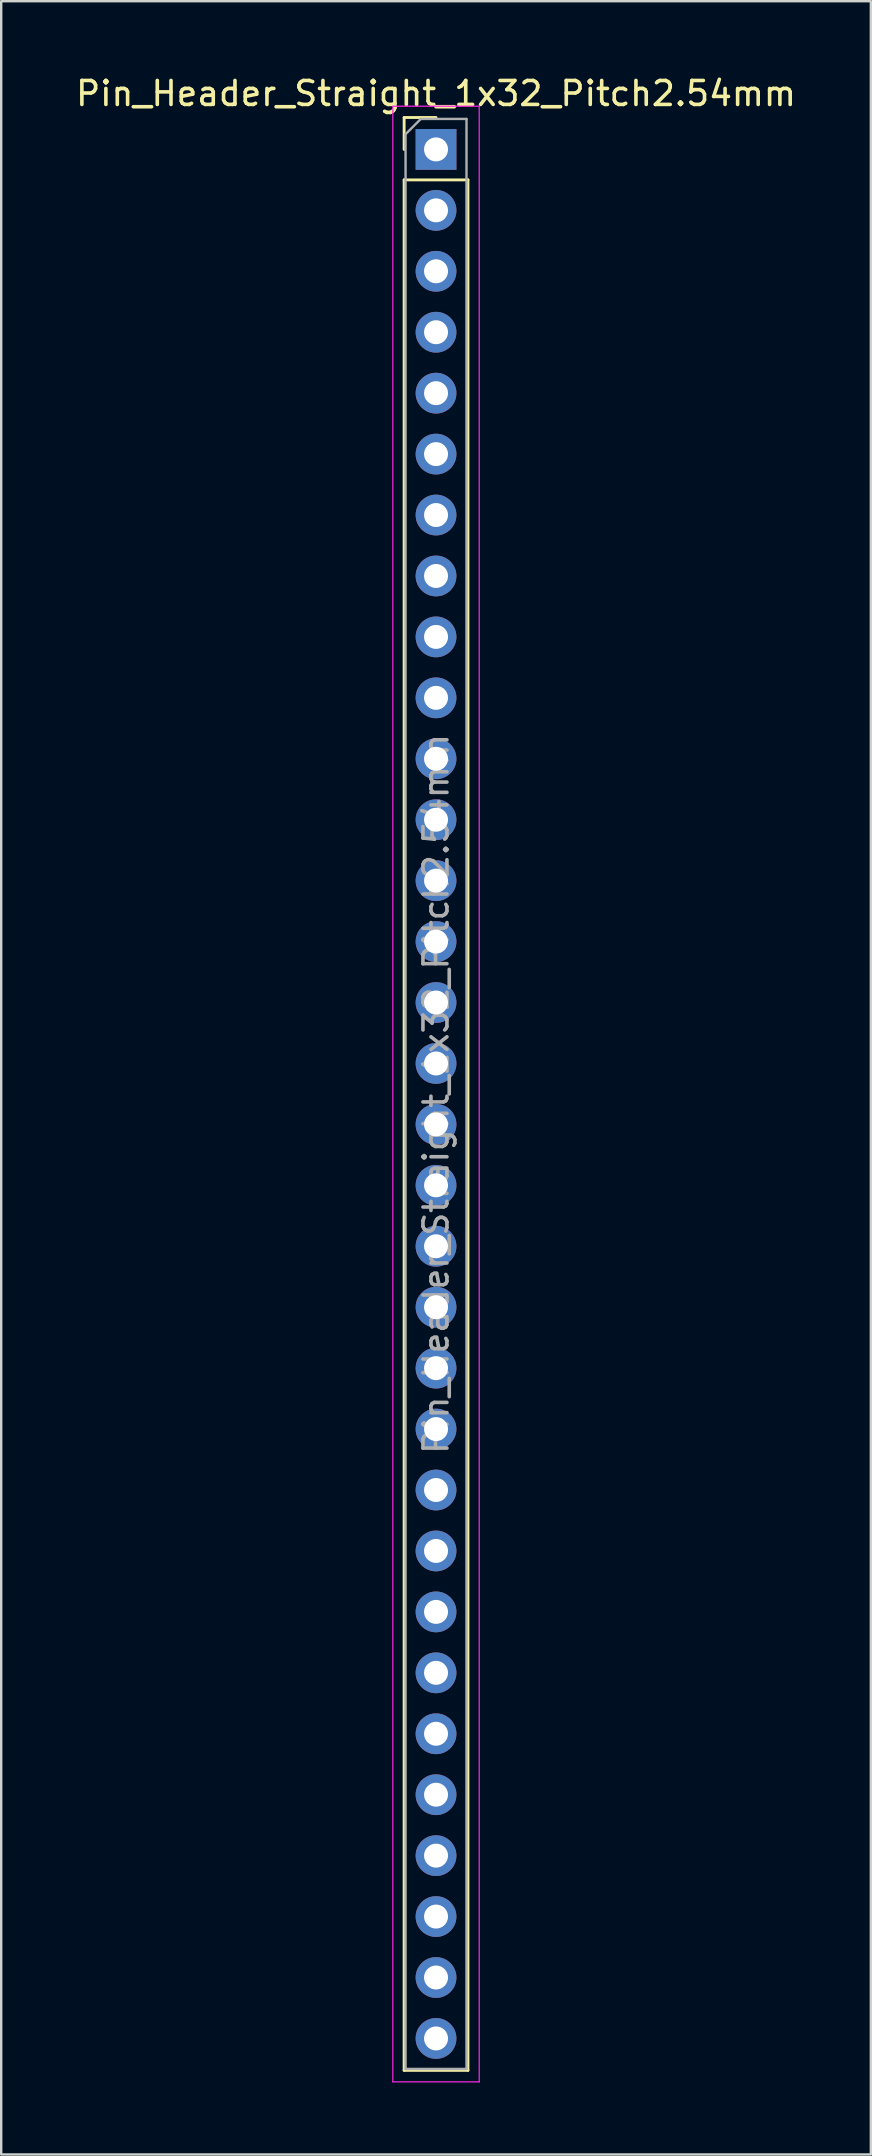
<source format=kicad_pcb>
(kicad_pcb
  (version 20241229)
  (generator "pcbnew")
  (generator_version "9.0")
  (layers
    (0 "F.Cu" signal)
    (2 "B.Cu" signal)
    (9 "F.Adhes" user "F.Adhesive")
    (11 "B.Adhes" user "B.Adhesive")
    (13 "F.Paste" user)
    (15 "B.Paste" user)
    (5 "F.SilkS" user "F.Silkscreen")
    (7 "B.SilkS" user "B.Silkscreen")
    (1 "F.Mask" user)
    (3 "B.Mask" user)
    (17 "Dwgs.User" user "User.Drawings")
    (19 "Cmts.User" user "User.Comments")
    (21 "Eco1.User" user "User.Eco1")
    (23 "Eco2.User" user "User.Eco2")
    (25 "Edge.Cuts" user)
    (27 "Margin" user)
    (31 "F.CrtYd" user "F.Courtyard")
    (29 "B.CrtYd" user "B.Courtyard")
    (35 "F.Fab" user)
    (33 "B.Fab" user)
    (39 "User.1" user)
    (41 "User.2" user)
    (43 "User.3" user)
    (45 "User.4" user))
  (footprint "Pin_Header_Straight_1x32_Pitch2.54mm"
    (layer "F.Cu")
    (at 15.125 3.178)
    (property "Reference" "Pin_Header_Straight_1x32_Pitch2.54mm" (at 0 -2.33 0) (layer "F.SilkS") (effects (font (size 1 1) (thickness 0.15))))
    (attr through_hole)
    (fp_line (start -1.33 -1.33) (end 0 -1.33) (stroke (width 0.12) (type solid)) (layer "F.SilkS"))
    (fp_line (start -1.33 0) (end -1.33 -1.33) (stroke (width 0.12) (type solid)) (layer "F.SilkS"))
    (fp_line (start -1.33 1.27) (end -1.33 80.07) (stroke (width 0.12) (type solid)) (layer "F.SilkS"))
    (fp_line (start -1.33 80.07) (end 1.33 80.07) (stroke (width 0.12) (type solid)) (layer "F.SilkS"))
    (fp_line (start 1.33 1.27) (end -1.33 1.27) (stroke (width 0.12) (type solid)) (layer "F.SilkS"))
    (fp_line (start 1.33 80.07) (end 1.33 1.27) (stroke (width 0.12) (type solid)) (layer "F.SilkS"))
    (fp_line (start -1.8 -1.8) (end -1.8 80.55) (stroke (width 0.05) (type solid)) (layer "F.CrtYd"))
    (fp_line (start -1.8 80.55) (end 1.8 80.55) (stroke (width 0.05) (type solid)) (layer "F.CrtYd"))
    (fp_line (start 1.8 -1.8) (end -1.8 -1.8) (stroke (width 0.05) (type solid)) (layer "F.CrtYd"))
    (fp_line (start 1.8 80.55) (end 1.8 -1.8) (stroke (width 0.05) (type solid)) (layer "F.CrtYd"))
    (fp_line (start -1.27 -0.635) (end -0.635 -1.27) (stroke (width 0.1) (type solid)) (layer "F.Fab"))
    (fp_line (start -1.27 80.01) (end -1.27 -0.635) (stroke (width 0.1) (type solid)) (layer "F.Fab"))
    (fp_line (start -0.635 -1.27) (end 1.27 -1.27) (stroke (width 0.1) (type solid)) (layer "F.Fab"))
    (fp_line (start 1.27 -1.27) (end 1.27 80.01) (stroke (width 0.1) (type solid)) (layer "F.Fab"))
    (fp_line (start 1.27 80.01) (end -1.27 80.01) (stroke (width 0.1) (type solid)) (layer "F.Fab"))
    (fp_text user "${REFERENCE}" (at 0 39.37 90) (layer "F.Fab") (effects (font (size 1 1) (thickness 0.15))))
    (pad "1" thru_hole rect (at 0 0) (size 1.7 1.7) (drill 1) (layers "*.Cu" "*.Mask"))
    (pad "2" thru_hole oval (at 0 2.54) (size 1.7 1.7) (drill 1) (layers "*.Cu" "*.Mask"))
    (pad "3" thru_hole oval (at 0 5.08) (size 1.7 1.7) (drill 1) (layers "*.Cu" "*.Mask"))
    (pad "4" thru_hole oval (at 0 7.62) (size 1.7 1.7) (drill 1) (layers "*.Cu" "*.Mask"))
    (pad "5" thru_hole oval (at 0 10.16) (size 1.7 1.7) (drill 1) (layers "*.Cu" "*.Mask"))
    (pad "6" thru_hole oval (at 0 12.7) (size 1.7 1.7) (drill 1) (layers "*.Cu" "*.Mask"))
    (pad "7" thru_hole oval (at 0 15.24) (size 1.7 1.7) (drill 1) (layers "*.Cu" "*.Mask"))
    (pad "8" thru_hole oval (at 0 17.78) (size 1.7 1.7) (drill 1) (layers "*.Cu" "*.Mask"))
    (pad "9" thru_hole oval (at 0 20.32) (size 1.7 1.7) (drill 1) (layers "*.Cu" "*.Mask"))
    (pad "10" thru_hole oval (at 0 22.86) (size 1.7 1.7) (drill 1) (layers "*.Cu" "*.Mask"))
    (pad "11" thru_hole oval (at 0 25.4) (size 1.7 1.7) (drill 1) (layers "*.Cu" "*.Mask"))
    (pad "12" thru_hole oval (at 0 27.94) (size 1.7 1.7) (drill 1) (layers "*.Cu" "*.Mask"))
    (pad "13" thru_hole oval (at 0 30.48) (size 1.7 1.7) (drill 1) (layers "*.Cu" "*.Mask"))
    (pad "14" thru_hole oval (at 0 33.02) (size 1.7 1.7) (drill 1) (layers "*.Cu" "*.Mask"))
    (pad "15" thru_hole oval (at 0 35.56) (size 1.7 1.7) (drill 1) (layers "*.Cu" "*.Mask"))
    (pad "16" thru_hole oval (at 0 38.1) (size 1.7 1.7) (drill 1) (layers "*.Cu" "*.Mask"))
    (pad "17" thru_hole oval (at 0 40.64) (size 1.7 1.7) (drill 1) (layers "*.Cu" "*.Mask"))
    (pad "18" thru_hole oval (at 0 43.18) (size 1.7 1.7) (drill 1) (layers "*.Cu" "*.Mask"))
    (pad "19" thru_hole oval (at 0 45.72) (size 1.7 1.7) (drill 1) (layers "*.Cu" "*.Mask"))
    (pad "20" thru_hole oval (at 0 48.26) (size 1.7 1.7) (drill 1) (layers "*.Cu" "*.Mask"))
    (pad "21" thru_hole oval (at 0 50.8) (size 1.7 1.7) (drill 1) (layers "*.Cu" "*.Mask"))
    (pad "22" thru_hole oval (at 0 53.34) (size 1.7 1.7) (drill 1) (layers "*.Cu" "*.Mask"))
    (pad "23" thru_hole oval (at 0 55.88) (size 1.7 1.7) (drill 1) (layers "*.Cu" "*.Mask"))
    (pad "24" thru_hole oval (at 0 58.42) (size 1.7 1.7) (drill 1) (layers "*.Cu" "*.Mask"))
    (pad "25" thru_hole oval (at 0 60.96) (size 1.7 1.7) (drill 1) (layers "*.Cu" "*.Mask"))
    (pad "26" thru_hole oval (at 0 63.5) (size 1.7 1.7) (drill 1) (layers "*.Cu" "*.Mask"))
    (pad "27" thru_hole oval (at 0 66.04) (size 1.7 1.7) (drill 1) (layers "*.Cu" "*.Mask"))
    (pad "28" thru_hole oval (at 0 68.58) (size 1.7 1.7) (drill 1) (layers "*.Cu" "*.Mask"))
    (pad "29" thru_hole oval (at 0 71.12) (size 1.7 1.7) (drill 1) (layers "*.Cu" "*.Mask"))
    (pad "30" thru_hole oval (at 0 73.66) (size 1.7 1.7) (drill 1) (layers "*.Cu" "*.Mask"))
    (pad "31" thru_hole oval (at 0 76.2) (size 1.7 1.7) (drill 1) (layers "*.Cu" "*.Mask"))
    (pad "32" thru_hole oval (at 0 78.74) (size 1.7 1.7) (drill 1) (layers "*.Cu" "*.Mask")))
  (gr_rect
    (start -3 -3)
    (end 33.25 86.753)
    (stroke (width 0.1) (type default))
    (fill no)
    (layer "Edge.Cuts")))
</source>
